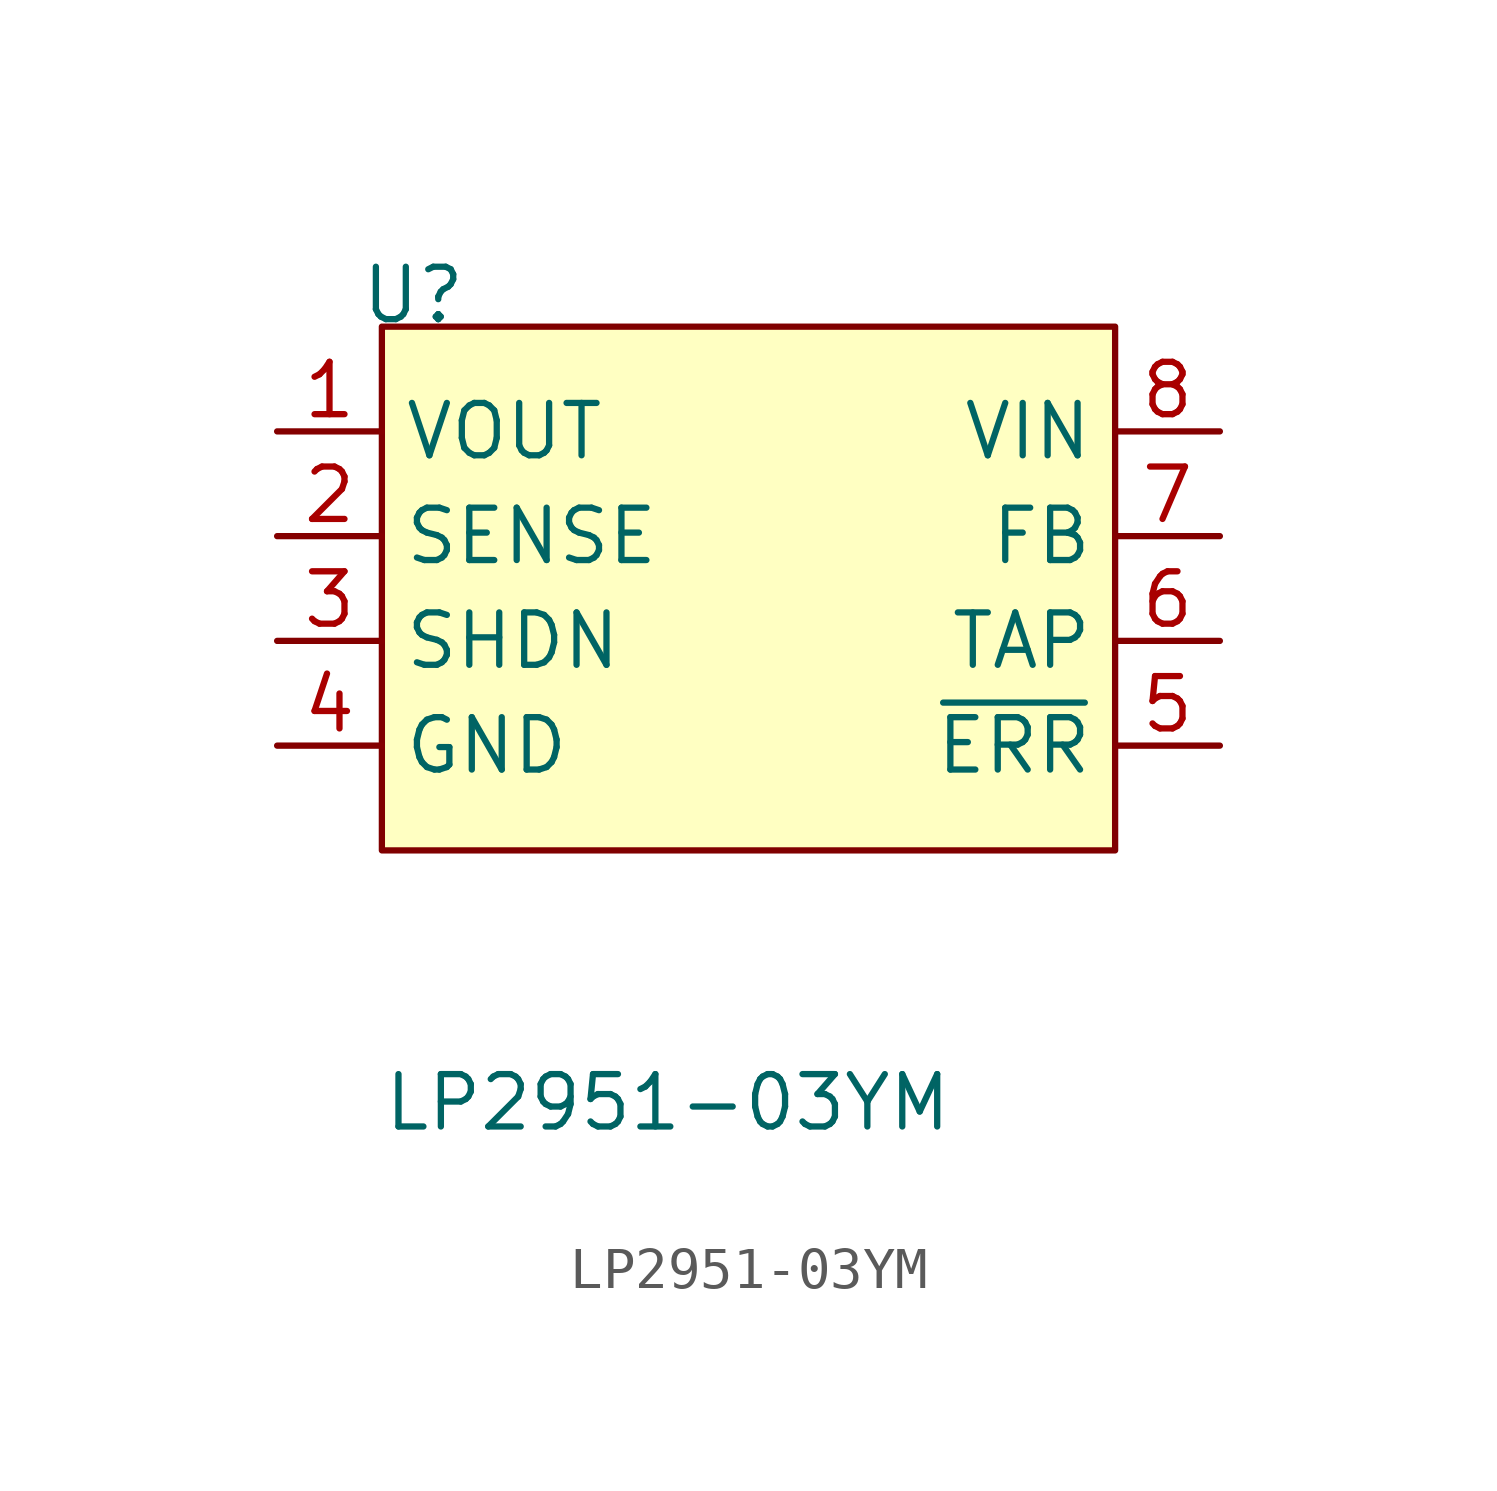
<source format=kicad_sym>
(kicad_symbol_lib
  (version 20241209)
  (generator "kicad_symbol_editor")
  (generator_version "9.0")
  (symbol "LP2951-03YM"
    (property "Reference" "U"
      (at 0.762 0.762 0)
      (effects (font (size 1.27 1.27))))
    (property "Value" "LP2951-03YM"
      (at 0 -19.558 0)
      (effects (font (size 1.27 1.27)) (justify left bottom)))
    (symbol "LP2951-03YM_1_0"
      (rectangle (start 17.78 0) (end 0 -12.7) (stroke (width 0) (type solid) (color 128 0 0 1)) (fill (type background)))
      (pin output line (at -2.54 -2.54 0) (length 2.54) (name "VOUT" (effects (font (size 1.27 1.27)))) (number "1" (effects (font (size 1.27 1.27)))))
      (pin input line (at -2.54 -5.08 0) (length 2.54) (name "SENSE" (effects (font (size 1.27 1.27)))) (number "2" (effects (font (size 1.27 1.27)))))
      (pin input line (at -2.54 -7.62 0) (length 2.54) (name "SHDN" (effects (font (size 1.27 1.27)))) (number "3" (effects (font (size 1.27 1.27)))))
      (pin power_in line (at -2.54 -10.16 0) (length 2.54) (name "GND" (effects (font (size 1.27 1.27)))) (number "4" (effects (font (size 1.27 1.27)))))
      (pin input line (at 20.32 -2.54 180) (length 2.54) (name "VIN" (effects (font (size 1.27 1.27)))) (number "8" (effects (font (size 1.27 1.27)))))
      (pin input line (at 20.32 -5.08 180) (length 2.54) (name "FB" (effects (font (size 1.27 1.27)))) (number "7" (effects (font (size 1.27 1.27)))))
      (pin output line (at 20.32 -7.62 180) (length 2.54) (name "TAP" (effects (font (size 1.27 1.27)))) (number "6" (effects (font (size 1.27 1.27)))))
      (pin output line (at 20.32 -10.16 180) (length 2.54) (name "~{ERR}" (effects (font (size 1.27 1.27)))) (number "5" (effects (font (size 1.27 1.27))))))))
</source>
